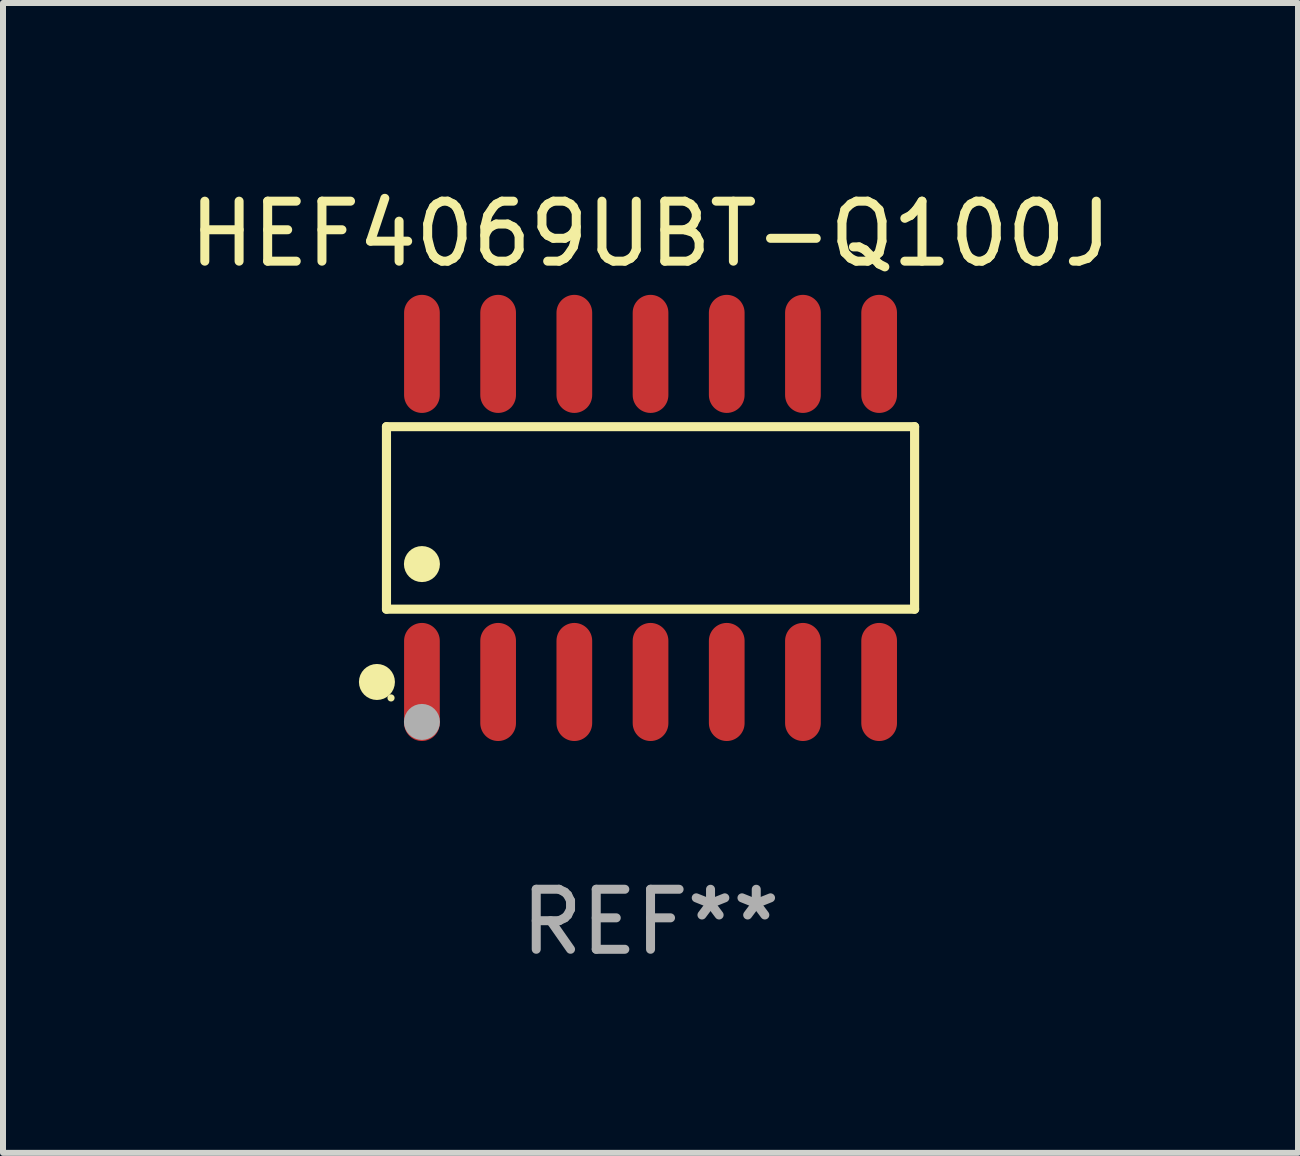
<source format=kicad_pcb>
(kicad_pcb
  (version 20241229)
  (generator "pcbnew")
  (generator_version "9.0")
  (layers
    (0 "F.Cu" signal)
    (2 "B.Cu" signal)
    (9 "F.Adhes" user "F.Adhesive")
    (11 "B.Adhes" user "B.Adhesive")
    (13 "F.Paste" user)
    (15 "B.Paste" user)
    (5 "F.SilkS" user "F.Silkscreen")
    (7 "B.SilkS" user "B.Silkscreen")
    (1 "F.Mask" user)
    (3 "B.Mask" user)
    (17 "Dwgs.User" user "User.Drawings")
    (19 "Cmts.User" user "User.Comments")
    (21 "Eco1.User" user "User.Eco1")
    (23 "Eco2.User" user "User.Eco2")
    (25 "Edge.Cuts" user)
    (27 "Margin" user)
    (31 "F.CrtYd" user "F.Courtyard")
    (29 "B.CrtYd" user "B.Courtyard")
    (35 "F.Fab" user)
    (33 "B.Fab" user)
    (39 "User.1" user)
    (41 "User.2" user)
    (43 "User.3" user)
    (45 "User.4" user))
  (footprint "HEF4069UBT-Q100J"
    (layer "F.Cu")
    (at 7.792 5.582)
    (property "Reference" "HEF4069UBT-Q100J" (at 0 -4.734 0) (layer "F.SilkS") (effects (font (size 1 1) (thickness 0.15))))
    (attr through_hole)
    (fp_line (start -4.401 -1.521) (end 4.401 -1.521) (stroke (width 0.152) (type solid)) (layer "F.SilkS"))
    (fp_line (start -4.401 1.521) (end -4.401 -1.521) (stroke (width 0.152) (type solid)) (layer "F.SilkS"))
    (fp_line (start 4.401 -1.521) (end 4.401 1.521) (stroke (width 0.152) (type solid)) (layer "F.SilkS"))
    (fp_line (start 4.401 1.521) (end -4.401 1.521) (stroke (width 0.152) (type solid)) (layer "F.SilkS"))
    (fp_circle (center -4.56 2.734) (end -4.41 2.734) (stroke (width 0.3) (type solid)) (fill no) (layer "F.SilkS"))
    (fp_circle (center -4.325 3) (end -4.295 3) (stroke (width 0.06) (type solid)) (fill no) (layer "F.SilkS"))
    (fp_circle (center -3.81 0.769) (end -3.66 0.769) (stroke (width 0.3) (type solid)) (fill no) (layer "F.SilkS"))
    (fp_circle (center -3.81 3.4) (end -3.66 3.4) (stroke (width 0.3) (type solid)) (fill no) (layer "F.Fab"))
    (fp_text user "REF**" (at 0 6.734 0) (layer "F.Fab") (effects (font (size 1 1) (thickness 0.15))))
    (pad "1" smd oval (at -3.81 2.734) (size 0.595 1.968) (layers "F.Cu" "F.Mask" "F.Paste"))
    (pad "2" smd oval (at -2.54 2.734) (size 0.595 1.968) (layers "F.Cu" "F.Mask" "F.Paste"))
    (pad "3" smd oval (at -1.27 2.734) (size 0.595 1.968) (layers "F.Cu" "F.Mask" "F.Paste"))
    (pad "4" smd oval (at 0 2.734) (size 0.595 1.968) (layers "F.Cu" "F.Mask" "F.Paste"))
    (pad "5" smd oval (at 1.27 2.734) (size 0.595 1.968) (layers "F.Cu" "F.Mask" "F.Paste"))
    (pad "6" smd oval (at 2.54 2.734) (size 0.595 1.968) (layers "F.Cu" "F.Mask" "F.Paste"))
    (pad "7" smd oval (at 3.81 2.734) (size 0.595 1.968) (layers "F.Cu" "F.Mask" "F.Paste"))
    (pad "8" smd oval (at 3.81 -2.734) (size 0.595 1.968) (layers "F.Cu" "F.Mask" "F.Paste"))
    (pad "9" smd oval (at 2.54 -2.734) (size 0.595 1.968) (layers "F.Cu" "F.Mask" "F.Paste"))
    (pad "10" smd oval (at 1.27 -2.734) (size 0.595 1.968) (layers "F.Cu" "F.Mask" "F.Paste"))
    (pad "11" smd oval (at 0 -2.734) (size 0.595 1.968) (layers "F.Cu" "F.Mask" "F.Paste"))
    (pad "12" smd oval (at -1.27 -2.734) (size 0.595 1.968) (layers "F.Cu" "F.Mask" "F.Paste"))
    (pad "13" smd oval (at -2.54 -2.734) (size 0.595 1.968) (layers "F.Cu" "F.Mask" "F.Paste"))
    (pad "14" smd oval (at -3.81 -2.734) (size 0.595 1.968) (layers "F.Cu" "F.Mask" "F.Paste")))
  (gr_rect
    (start -3 -3)
    (end 18.583 16.164)
    (stroke (width 0.1) (type default))
    (fill no)
    (layer "Edge.Cuts")))
</source>
